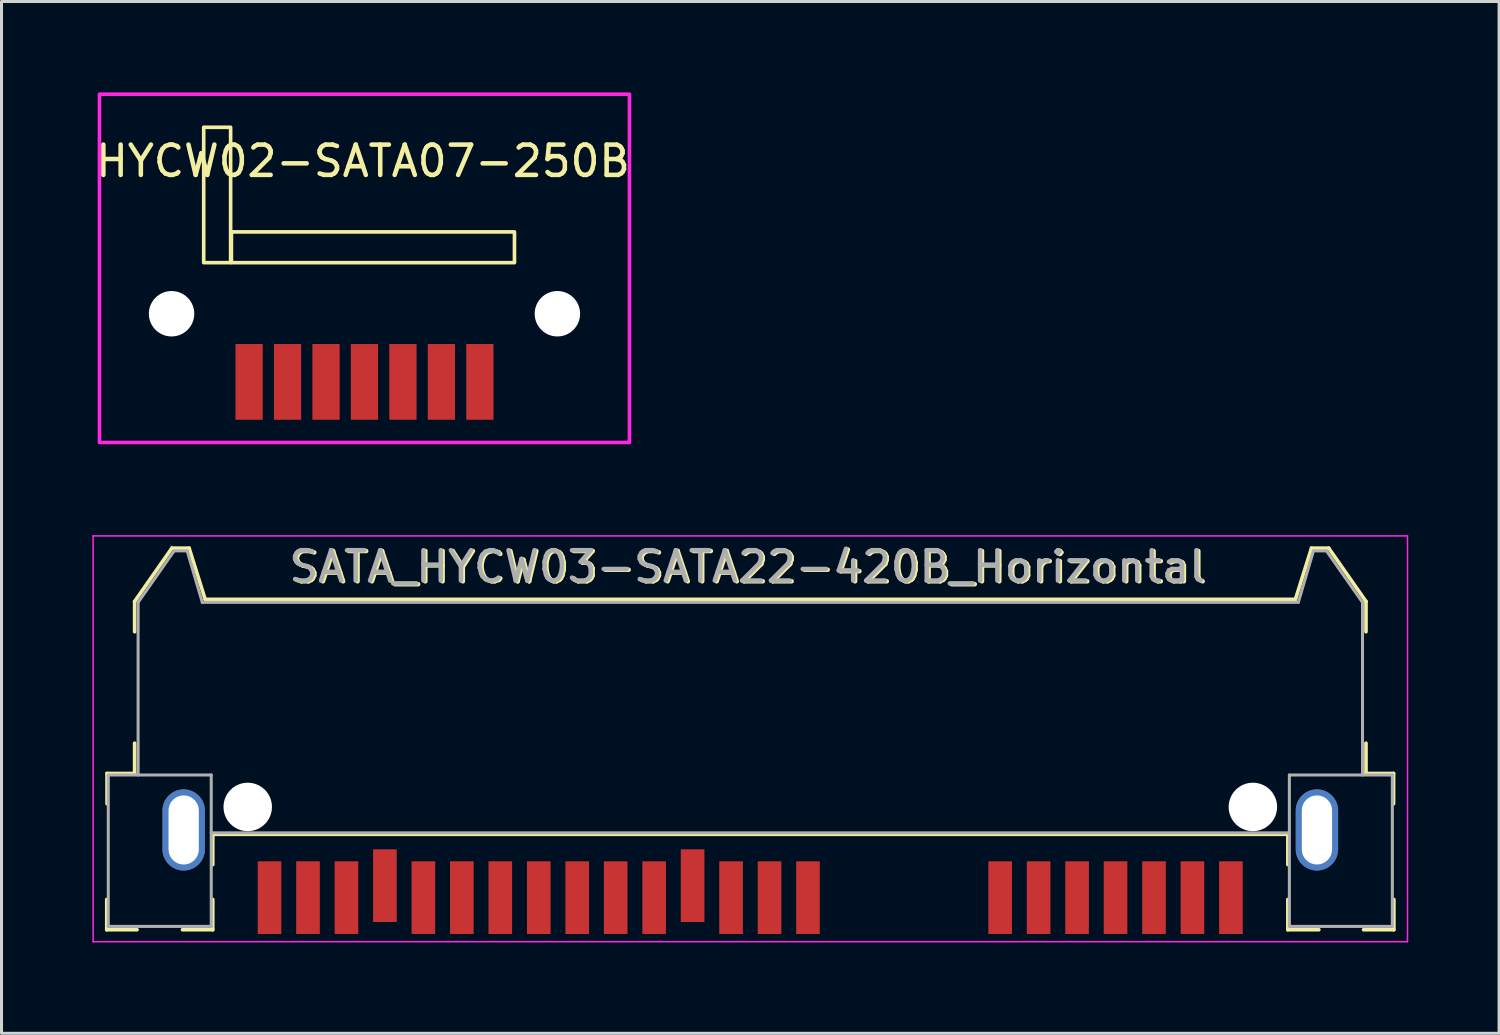
<source format=kicad_pcb>
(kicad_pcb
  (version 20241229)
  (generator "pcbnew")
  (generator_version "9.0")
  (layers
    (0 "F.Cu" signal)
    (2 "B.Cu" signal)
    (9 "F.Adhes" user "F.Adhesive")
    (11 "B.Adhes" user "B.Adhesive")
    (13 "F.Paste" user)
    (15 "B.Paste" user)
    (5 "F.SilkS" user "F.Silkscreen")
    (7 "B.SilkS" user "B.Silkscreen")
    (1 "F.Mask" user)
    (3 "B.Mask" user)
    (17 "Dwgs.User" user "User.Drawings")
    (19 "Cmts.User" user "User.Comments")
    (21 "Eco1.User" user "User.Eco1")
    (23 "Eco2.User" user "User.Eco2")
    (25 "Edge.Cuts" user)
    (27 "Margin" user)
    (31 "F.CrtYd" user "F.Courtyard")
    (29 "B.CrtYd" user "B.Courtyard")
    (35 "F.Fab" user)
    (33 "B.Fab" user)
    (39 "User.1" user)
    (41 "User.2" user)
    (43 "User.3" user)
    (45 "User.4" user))
  (footprint "SATA_HYCW03-SATA22-420B_Horizontal"
    (layer "F.Cu")
    (at 21.725 25.595)
    (property "Reference" "SATA_HYCW03-SATA22-420B_Horizontal" (at -0.041 -9.906 0) (layer "F.SilkS") (effects (font (size 1 1) (thickness 0.15))))
    (attr smd)
    (fp_line (start -21.25 1.055) (end -21.25 2.055) (stroke (width 0.12) (type solid)) (layer "F.SilkS"))
    (fp_line (start -21.25 2.055) (end -20.25 2.055) (stroke (width 0.12) (type solid)) (layer "F.SilkS"))
    (fp_line (start -21.24 -3.105) (end -21.24 -2.105) (stroke (width 0.12) (type solid)) (layer "F.SilkS"))
    (fp_line (start -21.24 -3.105) (end -20.33 -3.105) (stroke (width 0.12) (type solid)) (layer "F.SilkS"))
    (fp_line (start -20.33 -8.785) (end -20.33 -7.785) (stroke (width 0.12) (type solid)) (layer "F.SilkS"))
    (fp_line (start -20.33 -8.785) (end -19.1 -10.545) (stroke (width 0.12) (type solid)) (layer "F.SilkS"))
    (fp_line (start -20.33 -3.105) (end -20.33 -4.105) (stroke (width 0.12) (type solid)) (layer "F.SilkS"))
    (fp_line (start -19.1 -10.545) (end -18.53 -10.545) (stroke (width 0.12) (type solid)) (layer "F.SilkS"))
    (fp_line (start -18.75 2.055) (end -17.75 2.055) (stroke (width 0.12) (type solid)) (layer "F.SilkS"))
    (fp_line (start -18 -8.855) (end -18.53 -10.545) (stroke (width 0.12) (type solid)) (layer "F.SilkS"))
    (fp_line (start -17.75 -1.095) (end -17.75 -0.095) (stroke (width 0.12) (type solid)) (layer "F.SilkS"))
    (fp_line (start -17.75 1.055) (end -17.75 2.055) (stroke (width 0.12) (type solid)) (layer "F.SilkS"))
    (fp_line (start 17.75 -1.095) (end -17.75 -1.095) (stroke (width 0.12) (type solid)) (layer "F.SilkS"))
    (fp_line (start 17.75 -1.095) (end 17.75 -0.095) (stroke (width 0.12) (type solid)) (layer "F.SilkS"))
    (fp_line (start 17.75 1.055) (end 17.75 2.055) (stroke (width 0.12) (type solid)) (layer "F.SilkS"))
    (fp_line (start 18 -8.855) (end -18 -8.855) (stroke (width 0.12) (type solid)) (layer "F.SilkS"))
    (fp_line (start 18 -8.855) (end 18.53 -10.545) (stroke (width 0.12) (type solid)) (layer "F.SilkS"))
    (fp_line (start 18.773 2.055) (end 17.75 2.055) (stroke (width 0.12) (type solid)) (layer "F.SilkS"))
    (fp_line (start 19.1 -10.545) (end 18.53 -10.545) (stroke (width 0.12) (type solid)) (layer "F.SilkS"))
    (fp_line (start 20.33 -8.785) (end 19.1 -10.545) (stroke (width 0.12) (type solid)) (layer "F.SilkS"))
    (fp_line (start 20.33 -8.785) (end 20.33 -7.785) (stroke (width 0.12) (type solid)) (layer "F.SilkS"))
    (fp_line (start 20.33 -3.105) (end 20.33 -4.105) (stroke (width 0.12) (type solid)) (layer "F.SilkS"))
    (fp_line (start 21.24 -3.105) (end 20.33 -3.105) (stroke (width 0.12) (type solid)) (layer "F.SilkS"))
    (fp_line (start 21.24 -3.105) (end 21.24 -2.105) (stroke (width 0.12) (type solid)) (layer "F.SilkS"))
    (fp_line (start 21.25 1.055) (end 21.25 2.055) (stroke (width 0.12) (type solid)) (layer "F.SilkS"))
    (fp_line (start 21.25 2.055) (end 20.25 2.055) (stroke (width 0.12) (type solid)) (layer "F.SilkS"))
    (fp_line (start -21.7 -10.95) (end -21.7 2.45) (stroke (width 0.05) (type solid)) (layer "F.CrtYd"))
    (fp_line (start -21.7 -10.95) (end 21.7 -10.95) (stroke (width 0.05) (type solid)) (layer "F.CrtYd"))
    (fp_line (start -21.7 2.45) (end 21.7 2.45) (stroke (width 0.05) (type solid)) (layer "F.CrtYd"))
    (fp_line (start 21.7 -10.95) (end 21.7 2.45) (stroke (width 0.05) (type solid)) (layer "F.CrtYd"))
    (fp_line (start -21.2 -3.055) (end -21.2 1.945) (stroke (width 0.1) (type solid)) (layer "F.Fab"))
    (fp_line (start -21.2 -3.055) (end -17.8 -3.055) (stroke (width 0.1) (type solid)) (layer "F.Fab"))
    (fp_line (start -21.2 1.945) (end -17.8 1.945) (stroke (width 0.1) (type solid)) (layer "F.Fab"))
    (fp_line (start -20.215 -8.755) (end -20.215 -3.055) (stroke (width 0.1) (type solid)) (layer "F.Fab"))
    (fp_line (start -20.215 -8.755) (end -19.025 -10.455) (stroke (width 0.1) (type solid)) (layer "F.Fab"))
    (fp_line (start -18.595 -10.455) (end -19.025 -10.455) (stroke (width 0.1) (type solid)) (layer "F.Fab"))
    (fp_line (start -18.595 -10.455) (end -18.095 -8.755) (stroke (width 0.1) (type solid)) (layer "F.Fab"))
    (fp_line (start -17.8 -3.055) (end -17.8 1.945) (stroke (width 0.1) (type solid)) (layer "F.Fab"))
    (fp_line (start 17.8 -3.055) (end 17.8 1.93) (stroke (width 0.1) (type solid)) (layer "F.Fab"))
    (fp_line (start 17.8 -1.145) (end -17.8 -1.145) (stroke (width 0.1) (type solid)) (layer "F.Fab"))
    (fp_line (start 18.095 -8.755) (end -18.095 -8.755) (stroke (width 0.1) (type solid)) (layer "F.Fab"))
    (fp_line (start 18.595 -10.455) (end 18.095 -8.755) (stroke (width 0.1) (type solid)) (layer "F.Fab"))
    (fp_line (start 18.595 -10.455) (end 19.025 -10.455) (stroke (width 0.1) (type solid)) (layer "F.Fab"))
    (fp_line (start 20.215 -8.755) (end 19.025 -10.455) (stroke (width 0.1) (type solid)) (layer "F.Fab"))
    (fp_line (start 20.215 -8.755) (end 20.215 -3.055) (stroke (width 0.1) (type solid)) (layer "F.Fab"))
    (fp_line (start 21.2 -3.063) (end 21.2 1.937) (stroke (width 0.1) (type solid)) (layer "F.Fab"))
    (fp_line (start 21.2 -3.055) (end 17.8 -3.055) (stroke (width 0.1) (type solid)) (layer "F.Fab"))
    (fp_line (start 21.2 1.945) (end 17.8 1.945) (stroke (width 0.1) (type solid)) (layer "F.Fab"))
    (fp_text user "${REFERENCE}" (at -0.102 -9.931 0) (layer "F.Fab") (effects (font (size 1 1) (thickness 0.15))))
    (pad "" np_thru_hole circle (at -16.595 -2) (size 1.6 1.6) (drill 1.6) (layers "*.Mask" "B.Cu"))
    (pad "" np_thru_hole circle (at 16.595 -2) (size 1.6 1.6) (drill 1.6) (layers "*.Mask" "B.Cu"))
    (pad "1" smd rect (at 15.87 0.995) (size 0.78 2.4) (layers "F.Cu" "F.Mask" "F.Paste"))
    (pad "2" smd rect (at 14.6 0.995) (size 0.78 2.4) (layers "F.Cu" "F.Mask" "F.Paste"))
    (pad "3" smd rect (at 13.33 0.995) (size 0.78 2.4) (layers "F.Cu" "F.Mask" "F.Paste"))
    (pad "4" smd rect (at 12.06 0.995) (size 0.78 2.4) (layers "F.Cu" "F.Mask" "F.Paste"))
    (pad "5" smd rect (at 10.79 0.995) (size 0.78 2.4) (layers "F.Cu" "F.Mask" "F.Paste"))
    (pad "6" smd rect (at 9.52 0.995) (size 0.78 2.4) (layers "F.Cu" "F.Mask" "F.Paste"))
    (pad "7" smd rect (at 8.25 0.995) (size 0.78 2.4) (layers "F.Cu" "F.Mask" "F.Paste"))
    (pad "8" smd rect (at 1.905 0.995) (size 0.78 2.4) (layers "F.Cu" "F.Mask" "F.Paste"))
    (pad "9" smd rect (at 0.635 0.995) (size 0.78 2.4) (layers "F.Cu" "F.Mask" "F.Paste"))
    (pad "10" smd rect (at -0.635 0.995) (size 0.78 2.4) (layers "F.Cu" "F.Mask" "F.Paste"))
    (pad "11" smd rect (at -1.905 0.6) (size 0.78 2.4) (layers "F.Cu" "F.Mask" "F.Paste"))
    (pad "12" smd rect (at -3.175 0.995) (size 0.78 2.4) (layers "F.Cu" "F.Mask" "F.Paste"))
    (pad "13" smd rect (at -4.445 0.995) (size 0.78 2.4) (layers "F.Cu" "F.Mask" "F.Paste"))
    (pad "14" smd rect (at -5.715 0.995) (size 0.78 2.4) (layers "F.Cu" "F.Mask" "F.Paste"))
    (pad "15" smd rect (at -6.985 0.995) (size 0.78 2.4) (layers "F.Cu" "F.Mask" "F.Paste"))
    (pad "16" smd rect (at -8.255 0.995) (size 0.78 2.4) (layers "F.Cu" "F.Mask" "F.Paste"))
    (pad "17" smd rect (at -9.525 0.995) (size 0.78 2.4) (layers "F.Cu" "F.Mask" "F.Paste"))
    (pad "18" smd rect (at -10.795 0.995) (size 0.78 2.4) (layers "F.Cu" "F.Mask" "F.Paste"))
    (pad "19" smd rect (at -12.065 0.6) (size 0.78 2.4) (layers "F.Cu" "F.Mask" "F.Paste"))
    (pad "20" smd rect (at -13.335 0.995) (size 0.78 2.4) (layers "F.Cu" "F.Mask" "F.Paste"))
    (pad "21" smd rect (at -14.605 0.995) (size 0.78 2.4) (layers "F.Cu" "F.Mask" "F.Paste"))
    (pad "22" smd rect (at -15.875 0.995) (size 0.78 2.4) (layers "F.Cu" "F.Mask" "F.Paste"))
    (pad "MP" thru_hole oval (at -18.71 -1.24) (size 1.4 2.68) (drill oval 1 2.28) (layers "*.Cu" "*.Mask"))
    (pad "MP" thru_hole oval (at 18.71 -1.24) (size 1.4 2.68) (drill oval 1 2.28) (layers "*.Cu" "*.Mask")))
  (footprint "HYCW02-SATA07-250B"
    (layer "F.Cu")
    (at 8.985 9.56)
    (property "Reference" "HYCW02-SATA07-250B" (at -0.051 -7.29 0) (unlocked yes) (layer "F.SilkS") (effects (font (size 1 1) (thickness 0.15))))
    (attr smd)
    (fp_rect (start -5.309 -3.937) (end -4.42 -8.407) (stroke (width 0.12) (type solid)) (fill no) (layer "F.SilkS"))
    (fp_rect (start -4.394 -4.953) (end 4.953 -3.937) (stroke (width 0.12) (type solid)) (fill no) (layer "F.SilkS"))
    (fp_rect (start -8.75 -9.5) (end 8.75 2) (stroke (width 0.12) (type solid)) (fill no) (layer "F.CrtYd"))
    (pad "" np_thru_hole circle (at -6.37 -2.25) (size 1.5 1.5) (drill 1.5) (layers "*.Cu" "*.Mask"))
    (pad "" np_thru_hole circle (at 6.37 -2.25) (size 1.5 1.5) (drill 1.5) (layers "*.Cu" "*.Mask"))
    (pad "1" smd rect (at 3.81 0) (size 0.9 2.5) (layers "F.Cu" "F.Mask" "F.Paste"))
    (pad "2" smd rect (at 2.54 0) (size 0.9 2.5) (layers "F.Cu" "F.Mask" "F.Paste"))
    (pad "3" smd rect (at 1.27 0) (size 0.9 2.5) (layers "F.Cu" "F.Mask" "F.Paste"))
    (pad "4" smd rect (at 0 0) (size 0.9 2.5) (layers "F.Cu" "F.Mask" "F.Paste"))
    (pad "5" smd rect (at -1.27 0) (size 0.9 2.5) (layers "F.Cu" "F.Mask" "F.Paste"))
    (pad "6" smd rect (at -2.54 0) (size 0.9 2.5) (layers "F.Cu" "F.Mask" "F.Paste"))
    (pad "7" smd rect (at -3.81 0) (size 0.9 2.5) (layers "F.Cu" "F.Mask" "F.Paste")))
  (gr_rect
    (start -3 -3)
    (end 46.45 31.07)
    (stroke (width 0.1) (type default))
    (fill no)
    (layer "Edge.Cuts")))
</source>
